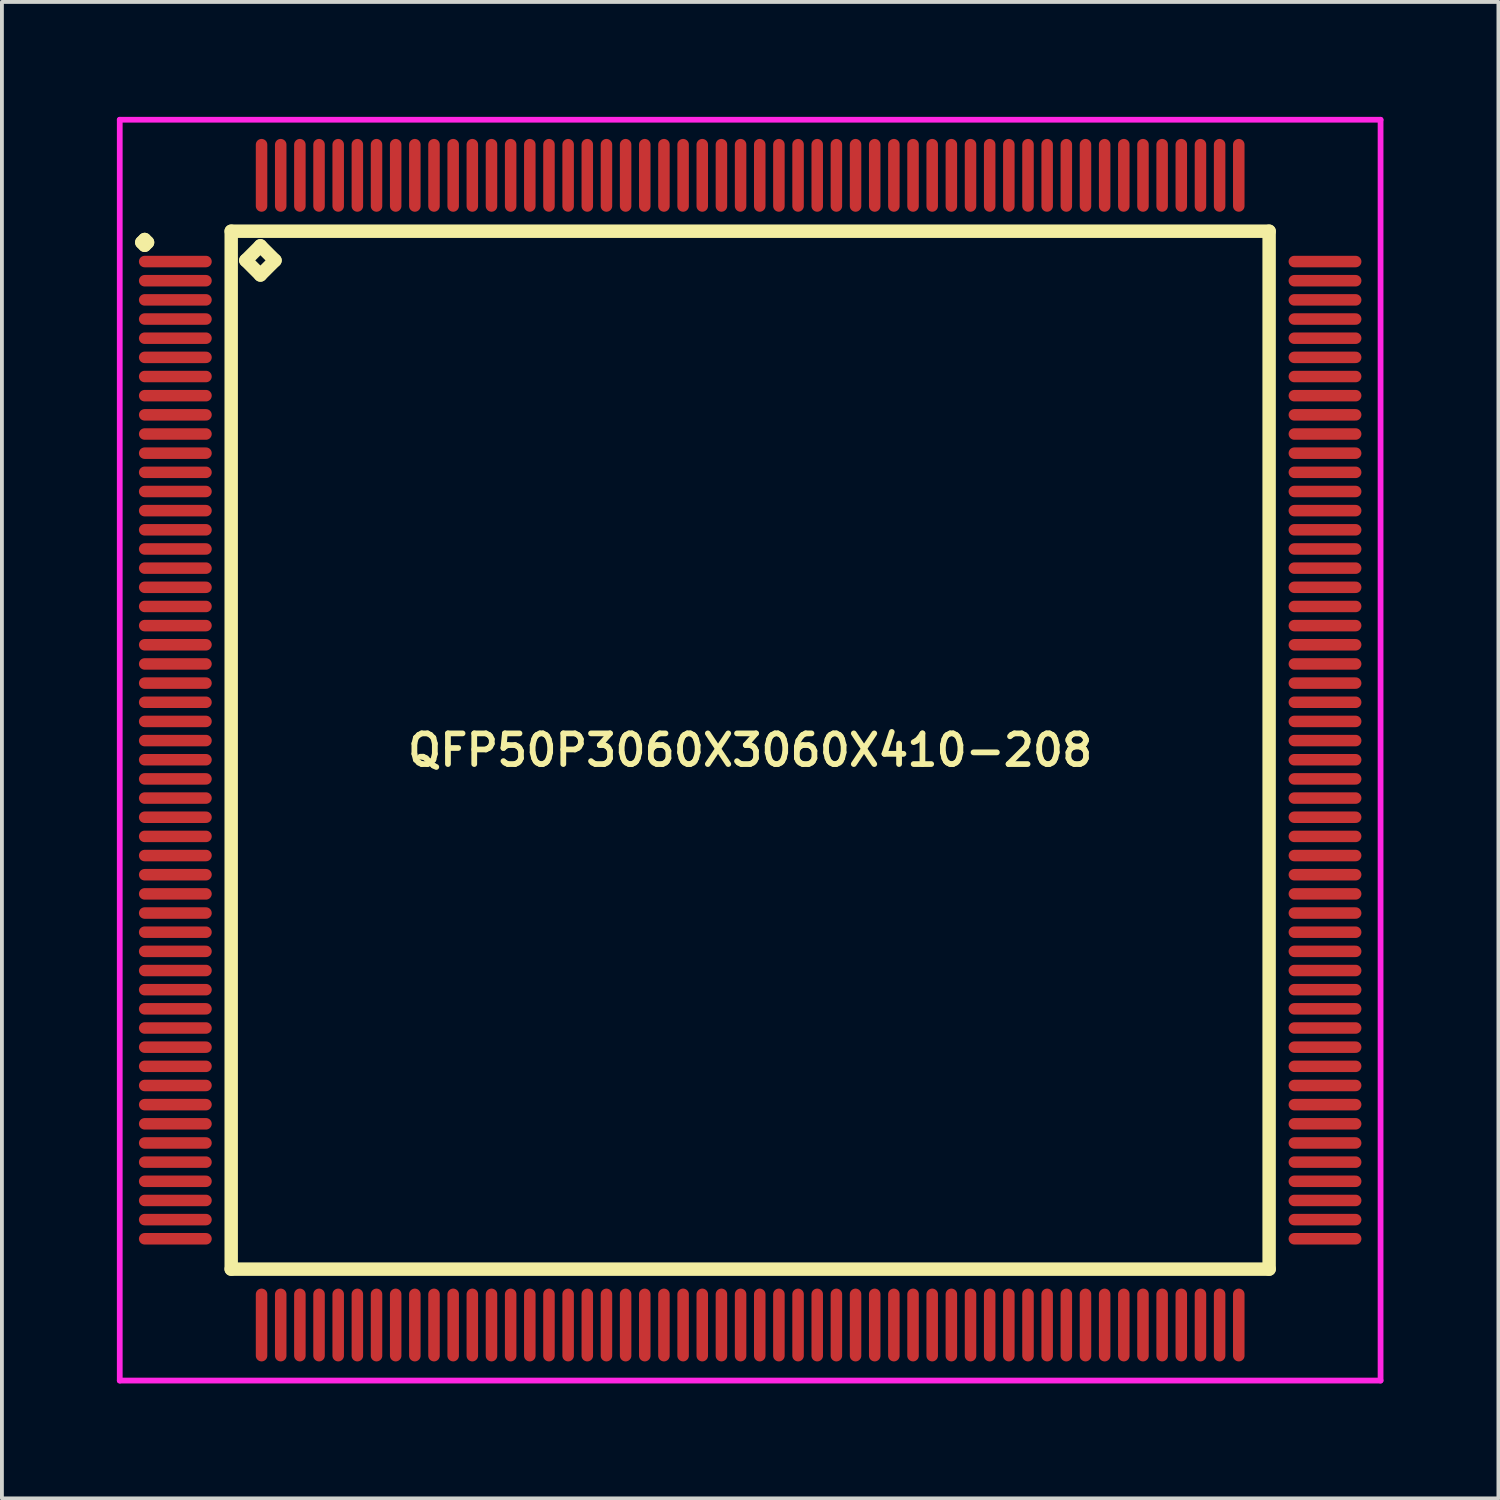
<source format=kicad_pcb>
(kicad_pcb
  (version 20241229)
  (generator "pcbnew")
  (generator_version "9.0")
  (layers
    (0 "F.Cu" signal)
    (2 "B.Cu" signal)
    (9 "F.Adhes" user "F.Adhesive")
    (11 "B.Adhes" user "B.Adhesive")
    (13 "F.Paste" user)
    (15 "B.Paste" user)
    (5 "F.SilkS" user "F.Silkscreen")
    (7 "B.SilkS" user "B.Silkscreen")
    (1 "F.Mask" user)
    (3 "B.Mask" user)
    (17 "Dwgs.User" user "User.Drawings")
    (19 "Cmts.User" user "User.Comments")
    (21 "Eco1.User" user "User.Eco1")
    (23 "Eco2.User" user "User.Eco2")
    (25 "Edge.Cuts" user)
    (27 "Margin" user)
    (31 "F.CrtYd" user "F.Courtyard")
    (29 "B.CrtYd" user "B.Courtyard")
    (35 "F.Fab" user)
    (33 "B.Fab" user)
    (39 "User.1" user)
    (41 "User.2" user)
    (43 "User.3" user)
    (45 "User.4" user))
  (footprint "QFP50P3060X3060X410-208"
    (layer "F.Cu")
    (at 16.525 16.525)
    (property "Reference" "QFP50P3060X3060X410-208" (at 0 0 0) (layer "F.SilkS") (effects (font (size 0.8 0.8) (thickness 0.15))))
    (attr smd)
    (fp_line (start -15.875 -13.25) (end -15.8 -13.325) (stroke (width 0.35) (type solid)) (layer "F.SilkS"))
    (fp_line (start -15.8 -13.325) (end -15.725 -13.25) (stroke (width 0.35) (type solid)) (layer "F.SilkS"))
    (fp_line (start -15.8 -13.175) (end -15.875 -13.25) (stroke (width 0.35) (type solid)) (layer "F.SilkS"))
    (fp_line (start -15.725 -13.25) (end -15.8 -13.175) (stroke (width 0.35) (type solid)) (layer "F.SilkS"))
    (fp_line (start -13.542 -13.542) (end -13.542 13.542) (stroke (width 0.35) (type solid)) (layer "F.SilkS"))
    (fp_line (start -13.542 13.542) (end 13.542 13.542) (stroke (width 0.35) (type solid)) (layer "F.SilkS"))
    (fp_line (start -13.161 -12.78) (end -12.78 -13.161) (stroke (width 0.35) (type solid)) (layer "F.SilkS"))
    (fp_line (start -12.78 -13.161) (end -12.399 -12.78) (stroke (width 0.35) (type solid)) (layer "F.SilkS"))
    (fp_line (start -12.78 -12.399) (end -13.161 -12.78) (stroke (width 0.35) (type solid)) (layer "F.SilkS"))
    (fp_line (start -12.399 -12.78) (end -12.78 -12.399) (stroke (width 0.35) (type solid)) (layer "F.SilkS"))
    (fp_line (start 13.542 -13.542) (end -13.542 -13.542) (stroke (width 0.35) (type solid)) (layer "F.SilkS"))
    (fp_line (start 13.542 13.542) (end 13.542 -13.542) (stroke (width 0.35) (type solid)) (layer "F.SilkS"))
    (fp_line (start -16.45 -16.45) (end 16.45 -16.45) (stroke (width 0.15) (type solid)) (layer "F.CrtYd"))
    (fp_line (start -16.45 16.45) (end -16.45 -16.45) (stroke (width 0.15) (type solid)) (layer "F.CrtYd"))
    (fp_line (start 16.45 -16.45) (end 16.45 16.45) (stroke (width 0.15) (type solid)) (layer "F.CrtYd"))
    (fp_line (start 16.45 16.45) (end -16.45 16.45) (stroke (width 0.15) (type solid)) (layer "F.CrtYd"))
    (pad "1" smd oval (at -15 -12.75) (size 1.9 0.3) (layers "F.Cu" "F.Mask" "F.Paste"))
    (pad "2" smd oval (at -15 -12.25) (size 1.9 0.3) (layers "F.Cu" "F.Mask" "F.Paste"))
    (pad "3" smd oval (at -15 -11.75) (size 1.9 0.3) (layers "F.Cu" "F.Mask" "F.Paste"))
    (pad "4" smd oval (at -15 -11.25) (size 1.9 0.3) (layers "F.Cu" "F.Mask" "F.Paste"))
    (pad "5" smd oval (at -15 -10.75) (size 1.9 0.3) (layers "F.Cu" "F.Mask" "F.Paste"))
    (pad "6" smd oval (at -15 -10.25) (size 1.9 0.3) (layers "F.Cu" "F.Mask" "F.Paste"))
    (pad "7" smd oval (at -15 -9.75) (size 1.9 0.3) (layers "F.Cu" "F.Mask" "F.Paste"))
    (pad "8" smd oval (at -15 -9.25) (size 1.9 0.3) (layers "F.Cu" "F.Mask" "F.Paste"))
    (pad "9" smd oval (at -15 -8.75) (size 1.9 0.3) (layers "F.Cu" "F.Mask" "F.Paste"))
    (pad "10" smd oval (at -15 -8.25) (size 1.9 0.3) (layers "F.Cu" "F.Mask" "F.Paste"))
    (pad "11" smd oval (at -15 -7.75) (size 1.9 0.3) (layers "F.Cu" "F.Mask" "F.Paste"))
    (pad "12" smd oval (at -15 -7.25) (size 1.9 0.3) (layers "F.Cu" "F.Mask" "F.Paste"))
    (pad "13" smd oval (at -15 -6.75) (size 1.9 0.3) (layers "F.Cu" "F.Mask" "F.Paste"))
    (pad "14" smd oval (at -15 -6.25) (size 1.9 0.3) (layers "F.Cu" "F.Mask" "F.Paste"))
    (pad "15" smd oval (at -15 -5.75) (size 1.9 0.3) (layers "F.Cu" "F.Mask" "F.Paste"))
    (pad "16" smd oval (at -15 -5.25) (size 1.9 0.3) (layers "F.Cu" "F.Mask" "F.Paste"))
    (pad "17" smd oval (at -15 -4.75) (size 1.9 0.3) (layers "F.Cu" "F.Mask" "F.Paste"))
    (pad "18" smd oval (at -15 -4.25) (size 1.9 0.3) (layers "F.Cu" "F.Mask" "F.Paste"))
    (pad "19" smd oval (at -15 -3.75) (size 1.9 0.3) (layers "F.Cu" "F.Mask" "F.Paste"))
    (pad "20" smd oval (at -15 -3.25) (size 1.9 0.3) (layers "F.Cu" "F.Mask" "F.Paste"))
    (pad "21" smd oval (at -15 -2.75) (size 1.9 0.3) (layers "F.Cu" "F.Mask" "F.Paste"))
    (pad "22" smd oval (at -15 -2.25) (size 1.9 0.3) (layers "F.Cu" "F.Mask" "F.Paste"))
    (pad "23" smd oval (at -15 -1.75) (size 1.9 0.3) (layers "F.Cu" "F.Mask" "F.Paste"))
    (pad "24" smd oval (at -15 -1.25) (size 1.9 0.3) (layers "F.Cu" "F.Mask" "F.Paste"))
    (pad "25" smd oval (at -15 -0.75) (size 1.9 0.3) (layers "F.Cu" "F.Mask" "F.Paste"))
    (pad "26" smd oval (at -15 -0.25) (size 1.9 0.3) (layers "F.Cu" "F.Mask" "F.Paste"))
    (pad "27" smd oval (at -15 0.25) (size 1.9 0.3) (layers "F.Cu" "F.Mask" "F.Paste"))
    (pad "28" smd oval (at -15 0.75) (size 1.9 0.3) (layers "F.Cu" "F.Mask" "F.Paste"))
    (pad "29" smd oval (at -15 1.25) (size 1.9 0.3) (layers "F.Cu" "F.Mask" "F.Paste"))
    (pad "30" smd oval (at -15 1.75) (size 1.9 0.3) (layers "F.Cu" "F.Mask" "F.Paste"))
    (pad "31" smd oval (at -15 2.25) (size 1.9 0.3) (layers "F.Cu" "F.Mask" "F.Paste"))
    (pad "32" smd oval (at -15 2.75) (size 1.9 0.3) (layers "F.Cu" "F.Mask" "F.Paste"))
    (pad "33" smd oval (at -15 3.25) (size 1.9 0.3) (layers "F.Cu" "F.Mask" "F.Paste"))
    (pad "34" smd oval (at -15 3.75) (size 1.9 0.3) (layers "F.Cu" "F.Mask" "F.Paste"))
    (pad "35" smd oval (at -15 4.25) (size 1.9 0.3) (layers "F.Cu" "F.Mask" "F.Paste"))
    (pad "36" smd oval (at -15 4.75) (size 1.9 0.3) (layers "F.Cu" "F.Mask" "F.Paste"))
    (pad "37" smd oval (at -15 5.25) (size 1.9 0.3) (layers "F.Cu" "F.Mask" "F.Paste"))
    (pad "38" smd oval (at -15 5.75) (size 1.9 0.3) (layers "F.Cu" "F.Mask" "F.Paste"))
    (pad "39" smd oval (at -15 6.25) (size 1.9 0.3) (layers "F.Cu" "F.Mask" "F.Paste"))
    (pad "40" smd oval (at -15 6.75) (size 1.9 0.3) (layers "F.Cu" "F.Mask" "F.Paste"))
    (pad "41" smd oval (at -15 7.25) (size 1.9 0.3) (layers "F.Cu" "F.Mask" "F.Paste"))
    (pad "42" smd oval (at -15 7.75) (size 1.9 0.3) (layers "F.Cu" "F.Mask" "F.Paste"))
    (pad "43" smd oval (at -15 8.25) (size 1.9 0.3) (layers "F.Cu" "F.Mask" "F.Paste"))
    (pad "44" smd oval (at -15 8.75) (size 1.9 0.3) (layers "F.Cu" "F.Mask" "F.Paste"))
    (pad "45" smd oval (at -15 9.25) (size 1.9 0.3) (layers "F.Cu" "F.Mask" "F.Paste"))
    (pad "46" smd oval (at -15 9.75) (size 1.9 0.3) (layers "F.Cu" "F.Mask" "F.Paste"))
    (pad "47" smd oval (at -15 10.25) (size 1.9 0.3) (layers "F.Cu" "F.Mask" "F.Paste"))
    (pad "48" smd oval (at -15 10.75) (size 1.9 0.3) (layers "F.Cu" "F.Mask" "F.Paste"))
    (pad "49" smd oval (at -15 11.25) (size 1.9 0.3) (layers "F.Cu" "F.Mask" "F.Paste"))
    (pad "50" smd oval (at -15 11.75) (size 1.9 0.3) (layers "F.Cu" "F.Mask" "F.Paste"))
    (pad "51" smd oval (at -15 12.25) (size 1.9 0.3) (layers "F.Cu" "F.Mask" "F.Paste"))
    (pad "52" smd oval (at -15 12.75) (size 1.9 0.3) (layers "F.Cu" "F.Mask" "F.Paste"))
    (pad "53" smd oval (at -12.75 15) (size 0.3 1.9) (layers "F.Cu" "F.Mask" "F.Paste"))
    (pad "54" smd oval (at -12.25 15) (size 0.3 1.9) (layers "F.Cu" "F.Mask" "F.Paste"))
    (pad "55" smd oval (at -11.75 15) (size 0.3 1.9) (layers "F.Cu" "F.Mask" "F.Paste"))
    (pad "56" smd oval (at -11.25 15) (size 0.3 1.9) (layers "F.Cu" "F.Mask" "F.Paste"))
    (pad "57" smd oval (at -10.75 15) (size 0.3 1.9) (layers "F.Cu" "F.Mask" "F.Paste"))
    (pad "58" smd oval (at -10.25 15) (size 0.3 1.9) (layers "F.Cu" "F.Mask" "F.Paste"))
    (pad "59" smd oval (at -9.75 15) (size 0.3 1.9) (layers "F.Cu" "F.Mask" "F.Paste"))
    (pad "60" smd oval (at -9.25 15) (size 0.3 1.9) (layers "F.Cu" "F.Mask" "F.Paste"))
    (pad "61" smd oval (at -8.75 15) (size 0.3 1.9) (layers "F.Cu" "F.Mask" "F.Paste"))
    (pad "62" smd oval (at -8.25 15) (size 0.3 1.9) (layers "F.Cu" "F.Mask" "F.Paste"))
    (pad "63" smd oval (at -7.75 15) (size 0.3 1.9) (layers "F.Cu" "F.Mask" "F.Paste"))
    (pad "64" smd oval (at -7.25 15) (size 0.3 1.9) (layers "F.Cu" "F.Mask" "F.Paste"))
    (pad "65" smd oval (at -6.75 15) (size 0.3 1.9) (layers "F.Cu" "F.Mask" "F.Paste"))
    (pad "66" smd oval (at -6.25 15) (size 0.3 1.9) (layers "F.Cu" "F.Mask" "F.Paste"))
    (pad "67" smd oval (at -5.75 15) (size 0.3 1.9) (layers "F.Cu" "F.Mask" "F.Paste"))
    (pad "68" smd oval (at -5.25 15) (size 0.3 1.9) (layers "F.Cu" "F.Mask" "F.Paste"))
    (pad "69" smd oval (at -4.75 15) (size 0.3 1.9) (layers "F.Cu" "F.Mask" "F.Paste"))
    (pad "70" smd oval (at -4.25 15) (size 0.3 1.9) (layers "F.Cu" "F.Mask" "F.Paste"))
    (pad "71" smd oval (at -3.75 15) (size 0.3 1.9) (layers "F.Cu" "F.Mask" "F.Paste"))
    (pad "72" smd oval (at -3.25 15) (size 0.3 1.9) (layers "F.Cu" "F.Mask" "F.Paste"))
    (pad "73" smd oval (at -2.75 15) (size 0.3 1.9) (layers "F.Cu" "F.Mask" "F.Paste"))
    (pad "74" smd oval (at -2.25 15) (size 0.3 1.9) (layers "F.Cu" "F.Mask" "F.Paste"))
    (pad "75" smd oval (at -1.75 15) (size 0.3 1.9) (layers "F.Cu" "F.Mask" "F.Paste"))
    (pad "76" smd oval (at -1.25 15) (size 0.3 1.9) (layers "F.Cu" "F.Mask" "F.Paste"))
    (pad "77" smd oval (at -0.75 15) (size 0.3 1.9) (layers "F.Cu" "F.Mask" "F.Paste"))
    (pad "78" smd oval (at -0.25 15) (size 0.3 1.9) (layers "F.Cu" "F.Mask" "F.Paste"))
    (pad "79" smd oval (at 0.25 15) (size 0.3 1.9) (layers "F.Cu" "F.Mask" "F.Paste"))
    (pad "80" smd oval (at 0.75 15) (size 0.3 1.9) (layers "F.Cu" "F.Mask" "F.Paste"))
    (pad "81" smd oval (at 1.25 15) (size 0.3 1.9) (layers "F.Cu" "F.Mask" "F.Paste"))
    (pad "82" smd oval (at 1.75 15) (size 0.3 1.9) (layers "F.Cu" "F.Mask" "F.Paste"))
    (pad "83" smd oval (at 2.25 15) (size 0.3 1.9) (layers "F.Cu" "F.Mask" "F.Paste"))
    (pad "84" smd oval (at 2.75 15) (size 0.3 1.9) (layers "F.Cu" "F.Mask" "F.Paste"))
    (pad "85" smd oval (at 3.25 15) (size 0.3 1.9) (layers "F.Cu" "F.Mask" "F.Paste"))
    (pad "86" smd oval (at 3.75 15) (size 0.3 1.9) (layers "F.Cu" "F.Mask" "F.Paste"))
    (pad "87" smd oval (at 4.25 15) (size 0.3 1.9) (layers "F.Cu" "F.Mask" "F.Paste"))
    (pad "88" smd oval (at 4.75 15) (size 0.3 1.9) (layers "F.Cu" "F.Mask" "F.Paste"))
    (pad "89" smd oval (at 5.25 15) (size 0.3 1.9) (layers "F.Cu" "F.Mask" "F.Paste"))
    (pad "90" smd oval (at 5.75 15) (size 0.3 1.9) (layers "F.Cu" "F.Mask" "F.Paste"))
    (pad "91" smd oval (at 6.25 15) (size 0.3 1.9) (layers "F.Cu" "F.Mask" "F.Paste"))
    (pad "92" smd oval (at 6.75 15) (size 0.3 1.9) (layers "F.Cu" "F.Mask" "F.Paste"))
    (pad "93" smd oval (at 7.25 15) (size 0.3 1.9) (layers "F.Cu" "F.Mask" "F.Paste"))
    (pad "94" smd oval (at 7.75 15) (size 0.3 1.9) (layers "F.Cu" "F.Mask" "F.Paste"))
    (pad "95" smd oval (at 8.25 15) (size 0.3 1.9) (layers "F.Cu" "F.Mask" "F.Paste"))
    (pad "96" smd oval (at 8.75 15) (size 0.3 1.9) (layers "F.Cu" "F.Mask" "F.Paste"))
    (pad "97" smd oval (at 9.25 15) (size 0.3 1.9) (layers "F.Cu" "F.Mask" "F.Paste"))
    (pad "98" smd oval (at 9.75 15) (size 0.3 1.9) (layers "F.Cu" "F.Mask" "F.Paste"))
    (pad "99" smd oval (at 10.25 15) (size 0.3 1.9) (layers "F.Cu" "F.Mask" "F.Paste"))
    (pad "100" smd oval (at 10.75 15) (size 0.3 1.9) (layers "F.Cu" "F.Mask" "F.Paste"))
    (pad "101" smd oval (at 11.25 15) (size 0.3 1.9) (layers "F.Cu" "F.Mask" "F.Paste"))
    (pad "102" smd oval (at 11.75 15) (size 0.3 1.9) (layers "F.Cu" "F.Mask" "F.Paste"))
    (pad "103" smd oval (at 12.25 15) (size 0.3 1.9) (layers "F.Cu" "F.Mask" "F.Paste"))
    (pad "104" smd oval (at 12.75 15) (size 0.3 1.9) (layers "F.Cu" "F.Mask" "F.Paste"))
    (pad "105" smd oval (at 15 12.75) (size 1.9 0.3) (layers "F.Cu" "F.Mask" "F.Paste"))
    (pad "106" smd oval (at 15 12.25) (size 1.9 0.3) (layers "F.Cu" "F.Mask" "F.Paste"))
    (pad "107" smd oval (at 15 11.75) (size 1.9 0.3) (layers "F.Cu" "F.Mask" "F.Paste"))
    (pad "108" smd oval (at 15 11.25) (size 1.9 0.3) (layers "F.Cu" "F.Mask" "F.Paste"))
    (pad "109" smd oval (at 15 10.75) (size 1.9 0.3) (layers "F.Cu" "F.Mask" "F.Paste"))
    (pad "110" smd oval (at 15 10.25) (size 1.9 0.3) (layers "F.Cu" "F.Mask" "F.Paste"))
    (pad "111" smd oval (at 15 9.75) (size 1.9 0.3) (layers "F.Cu" "F.Mask" "F.Paste"))
    (pad "112" smd oval (at 15 9.25) (size 1.9 0.3) (layers "F.Cu" "F.Mask" "F.Paste"))
    (pad "113" smd oval (at 15 8.75) (size 1.9 0.3) (layers "F.Cu" "F.Mask" "F.Paste"))
    (pad "114" smd oval (at 15 8.25) (size 1.9 0.3) (layers "F.Cu" "F.Mask" "F.Paste"))
    (pad "115" smd oval (at 15 7.75) (size 1.9 0.3) (layers "F.Cu" "F.Mask" "F.Paste"))
    (pad "116" smd oval (at 15 7.25) (size 1.9 0.3) (layers "F.Cu" "F.Mask" "F.Paste"))
    (pad "117" smd oval (at 15 6.75) (size 1.9 0.3) (layers "F.Cu" "F.Mask" "F.Paste"))
    (pad "118" smd oval (at 15 6.25) (size 1.9 0.3) (layers "F.Cu" "F.Mask" "F.Paste"))
    (pad "119" smd oval (at 15 5.75) (size 1.9 0.3) (layers "F.Cu" "F.Mask" "F.Paste"))
    (pad "120" smd oval (at 15 5.25) (size 1.9 0.3) (layers "F.Cu" "F.Mask" "F.Paste"))
    (pad "121" smd oval (at 15 4.75) (size 1.9 0.3) (layers "F.Cu" "F.Mask" "F.Paste"))
    (pad "122" smd oval (at 15 4.25) (size 1.9 0.3) (layers "F.Cu" "F.Mask" "F.Paste"))
    (pad "123" smd oval (at 15 3.75) (size 1.9 0.3) (layers "F.Cu" "F.Mask" "F.Paste"))
    (pad "124" smd oval (at 15 3.25) (size 1.9 0.3) (layers "F.Cu" "F.Mask" "F.Paste"))
    (pad "125" smd oval (at 15 2.75) (size 1.9 0.3) (layers "F.Cu" "F.Mask" "F.Paste"))
    (pad "126" smd oval (at 15 2.25) (size 1.9 0.3) (layers "F.Cu" "F.Mask" "F.Paste"))
    (pad "127" smd oval (at 15 1.75) (size 1.9 0.3) (layers "F.Cu" "F.Mask" "F.Paste"))
    (pad "128" smd oval (at 15 1.25) (size 1.9 0.3) (layers "F.Cu" "F.Mask" "F.Paste"))
    (pad "129" smd oval (at 15 0.75) (size 1.9 0.3) (layers "F.Cu" "F.Mask" "F.Paste"))
    (pad "130" smd oval (at 15 0.25) (size 1.9 0.3) (layers "F.Cu" "F.Mask" "F.Paste"))
    (pad "131" smd oval (at 15 -0.25) (size 1.9 0.3) (layers "F.Cu" "F.Mask" "F.Paste"))
    (pad "132" smd oval (at 15 -0.75) (size 1.9 0.3) (layers "F.Cu" "F.Mask" "F.Paste"))
    (pad "133" smd oval (at 15 -1.25) (size 1.9 0.3) (layers "F.Cu" "F.Mask" "F.Paste"))
    (pad "134" smd oval (at 15 -1.75) (size 1.9 0.3) (layers "F.Cu" "F.Mask" "F.Paste"))
    (pad "135" smd oval (at 15 -2.25) (size 1.9 0.3) (layers "F.Cu" "F.Mask" "F.Paste"))
    (pad "136" smd oval (at 15 -2.75) (size 1.9 0.3) (layers "F.Cu" "F.Mask" "F.Paste"))
    (pad "137" smd oval (at 15 -3.25) (size 1.9 0.3) (layers "F.Cu" "F.Mask" "F.Paste"))
    (pad "138" smd oval (at 15 -3.75) (size 1.9 0.3) (layers "F.Cu" "F.Mask" "F.Paste"))
    (pad "139" smd oval (at 15 -4.25) (size 1.9 0.3) (layers "F.Cu" "F.Mask" "F.Paste"))
    (pad "140" smd oval (at 15 -4.75) (size 1.9 0.3) (layers "F.Cu" "F.Mask" "F.Paste"))
    (pad "141" smd oval (at 15 -5.25) (size 1.9 0.3) (layers "F.Cu" "F.Mask" "F.Paste"))
    (pad "142" smd oval (at 15 -5.75) (size 1.9 0.3) (layers "F.Cu" "F.Mask" "F.Paste"))
    (pad "143" smd oval (at 15 -6.25) (size 1.9 0.3) (layers "F.Cu" "F.Mask" "F.Paste"))
    (pad "144" smd oval (at 15 -6.75) (size 1.9 0.3) (layers "F.Cu" "F.Mask" "F.Paste"))
    (pad "145" smd oval (at 15 -7.25) (size 1.9 0.3) (layers "F.Cu" "F.Mask" "F.Paste"))
    (pad "146" smd oval (at 15 -7.75) (size 1.9 0.3) (layers "F.Cu" "F.Mask" "F.Paste"))
    (pad "147" smd oval (at 15 -8.25) (size 1.9 0.3) (layers "F.Cu" "F.Mask" "F.Paste"))
    (pad "148" smd oval (at 15 -8.75) (size 1.9 0.3) (layers "F.Cu" "F.Mask" "F.Paste"))
    (pad "149" smd oval (at 15 -9.25) (size 1.9 0.3) (layers "F.Cu" "F.Mask" "F.Paste"))
    (pad "150" smd oval (at 15 -9.75) (size 1.9 0.3) (layers "F.Cu" "F.Mask" "F.Paste"))
    (pad "151" smd oval (at 15 -10.25) (size 1.9 0.3) (layers "F.Cu" "F.Mask" "F.Paste"))
    (pad "152" smd oval (at 15 -10.75) (size 1.9 0.3) (layers "F.Cu" "F.Mask" "F.Paste"))
    (pad "153" smd oval (at 15 -11.25) (size 1.9 0.3) (layers "F.Cu" "F.Mask" "F.Paste"))
    (pad "154" smd oval (at 15 -11.75) (size 1.9 0.3) (layers "F.Cu" "F.Mask" "F.Paste"))
    (pad "155" smd oval (at 15 -12.25) (size 1.9 0.3) (layers "F.Cu" "F.Mask" "F.Paste"))
    (pad "156" smd oval (at 15 -12.75) (size 1.9 0.3) (layers "F.Cu" "F.Mask" "F.Paste"))
    (pad "157" smd oval (at 12.75 -15) (size 0.3 1.9) (layers "F.Cu" "F.Mask" "F.Paste"))
    (pad "158" smd oval (at 12.25 -15) (size 0.3 1.9) (layers "F.Cu" "F.Mask" "F.Paste"))
    (pad "159" smd oval (at 11.75 -15) (size 0.3 1.9) (layers "F.Cu" "F.Mask" "F.Paste"))
    (pad "160" smd oval (at 11.25 -15) (size 0.3 1.9) (layers "F.Cu" "F.Mask" "F.Paste"))
    (pad "161" smd oval (at 10.75 -15) (size 0.3 1.9) (layers "F.Cu" "F.Mask" "F.Paste"))
    (pad "162" smd oval (at 10.25 -15) (size 0.3 1.9) (layers "F.Cu" "F.Mask" "F.Paste"))
    (pad "163" smd oval (at 9.75 -15) (size 0.3 1.9) (layers "F.Cu" "F.Mask" "F.Paste"))
    (pad "164" smd oval (at 9.25 -15) (size 0.3 1.9) (layers "F.Cu" "F.Mask" "F.Paste"))
    (pad "165" smd oval (at 8.75 -15) (size 0.3 1.9) (layers "F.Cu" "F.Mask" "F.Paste"))
    (pad "166" smd oval (at 8.25 -15) (size 0.3 1.9) (layers "F.Cu" "F.Mask" "F.Paste"))
    (pad "167" smd oval (at 7.75 -15) (size 0.3 1.9) (layers "F.Cu" "F.Mask" "F.Paste"))
    (pad "168" smd oval (at 7.25 -15) (size 0.3 1.9) (layers "F.Cu" "F.Mask" "F.Paste"))
    (pad "169" smd oval (at 6.75 -15) (size 0.3 1.9) (layers "F.Cu" "F.Mask" "F.Paste"))
    (pad "170" smd oval (at 6.25 -15) (size 0.3 1.9) (layers "F.Cu" "F.Mask" "F.Paste"))
    (pad "171" smd oval (at 5.75 -15) (size 0.3 1.9) (layers "F.Cu" "F.Mask" "F.Paste"))
    (pad "172" smd oval (at 5.25 -15) (size 0.3 1.9) (layers "F.Cu" "F.Mask" "F.Paste"))
    (pad "173" smd oval (at 4.75 -15) (size 0.3 1.9) (layers "F.Cu" "F.Mask" "F.Paste"))
    (pad "174" smd oval (at 4.25 -15) (size 0.3 1.9) (layers "F.Cu" "F.Mask" "F.Paste"))
    (pad "175" smd oval (at 3.75 -15) (size 0.3 1.9) (layers "F.Cu" "F.Mask" "F.Paste"))
    (pad "176" smd oval (at 3.25 -15) (size 0.3 1.9) (layers "F.Cu" "F.Mask" "F.Paste"))
    (pad "177" smd oval (at 2.75 -15) (size 0.3 1.9) (layers "F.Cu" "F.Mask" "F.Paste"))
    (pad "178" smd oval (at 2.25 -15) (size 0.3 1.9) (layers "F.Cu" "F.Mask" "F.Paste"))
    (pad "179" smd oval (at 1.75 -15) (size 0.3 1.9) (layers "F.Cu" "F.Mask" "F.Paste"))
    (pad "180" smd oval (at 1.25 -15) (size 0.3 1.9) (layers "F.Cu" "F.Mask" "F.Paste"))
    (pad "181" smd oval (at 0.75 -15) (size 0.3 1.9) (layers "F.Cu" "F.Mask" "F.Paste"))
    (pad "182" smd oval (at 0.25 -15) (size 0.3 1.9) (layers "F.Cu" "F.Mask" "F.Paste"))
    (pad "183" smd oval (at -0.25 -15) (size 0.3 1.9) (layers "F.Cu" "F.Mask" "F.Paste"))
    (pad "184" smd oval (at -0.75 -15) (size 0.3 1.9) (layers "F.Cu" "F.Mask" "F.Paste"))
    (pad "185" smd oval (at -1.25 -15) (size 0.3 1.9) (layers "F.Cu" "F.Mask" "F.Paste"))
    (pad "186" smd oval (at -1.75 -15) (size 0.3 1.9) (layers "F.Cu" "F.Mask" "F.Paste"))
    (pad "187" smd oval (at -2.25 -15) (size 0.3 1.9) (layers "F.Cu" "F.Mask" "F.Paste"))
    (pad "188" smd oval (at -2.75 -15) (size 0.3 1.9) (layers "F.Cu" "F.Mask" "F.Paste"))
    (pad "189" smd oval (at -3.25 -15) (size 0.3 1.9) (layers "F.Cu" "F.Mask" "F.Paste"))
    (pad "190" smd oval (at -3.75 -15) (size 0.3 1.9) (layers "F.Cu" "F.Mask" "F.Paste"))
    (pad "191" smd oval (at -4.25 -15) (size 0.3 1.9) (layers "F.Cu" "F.Mask" "F.Paste"))
    (pad "192" smd oval (at -4.75 -15) (size 0.3 1.9) (layers "F.Cu" "F.Mask" "F.Paste"))
    (pad "193" smd oval (at -5.25 -15) (size 0.3 1.9) (layers "F.Cu" "F.Mask" "F.Paste"))
    (pad "194" smd oval (at -5.75 -15) (size 0.3 1.9) (layers "F.Cu" "F.Mask" "F.Paste"))
    (pad "195" smd oval (at -6.25 -15) (size 0.3 1.9) (layers "F.Cu" "F.Mask" "F.Paste"))
    (pad "196" smd oval (at -6.75 -15) (size 0.3 1.9) (layers "F.Cu" "F.Mask" "F.Paste"))
    (pad "197" smd oval (at -7.25 -15) (size 0.3 1.9) (layers "F.Cu" "F.Mask" "F.Paste"))
    (pad "198" smd oval (at -7.75 -15) (size 0.3 1.9) (layers "F.Cu" "F.Mask" "F.Paste"))
    (pad "199" smd oval (at -8.25 -15) (size 0.3 1.9) (layers "F.Cu" "F.Mask" "F.Paste"))
    (pad "200" smd oval (at -8.75 -15) (size 0.3 1.9) (layers "F.Cu" "F.Mask" "F.Paste"))
    (pad "201" smd oval (at -9.25 -15) (size 0.3 1.9) (layers "F.Cu" "F.Mask" "F.Paste"))
    (pad "202" smd oval (at -9.75 -15) (size 0.3 1.9) (layers "F.Cu" "F.Mask" "F.Paste"))
    (pad "203" smd oval (at -10.25 -15) (size 0.3 1.9) (layers "F.Cu" "F.Mask" "F.Paste"))
    (pad "204" smd oval (at -10.75 -15) (size 0.3 1.9) (layers "F.Cu" "F.Mask" "F.Paste"))
    (pad "205" smd oval (at -11.25 -15) (size 0.3 1.9) (layers "F.Cu" "F.Mask" "F.Paste"))
    (pad "206" smd oval (at -11.75 -15) (size 0.3 1.9) (layers "F.Cu" "F.Mask" "F.Paste"))
    (pad "207" smd oval (at -12.25 -15) (size 0.3 1.9) (layers "F.Cu" "F.Mask" "F.Paste"))
    (pad "208" smd oval (at -12.75 -15) (size 0.3 1.9) (layers "F.Cu" "F.Mask" "F.Paste")))
  (gr_rect
    (start -3 -3)
    (end 36.05 36.05)
    (stroke (width 0.1) (type default))
    (fill no)
    (layer "Edge.Cuts")))
</source>
